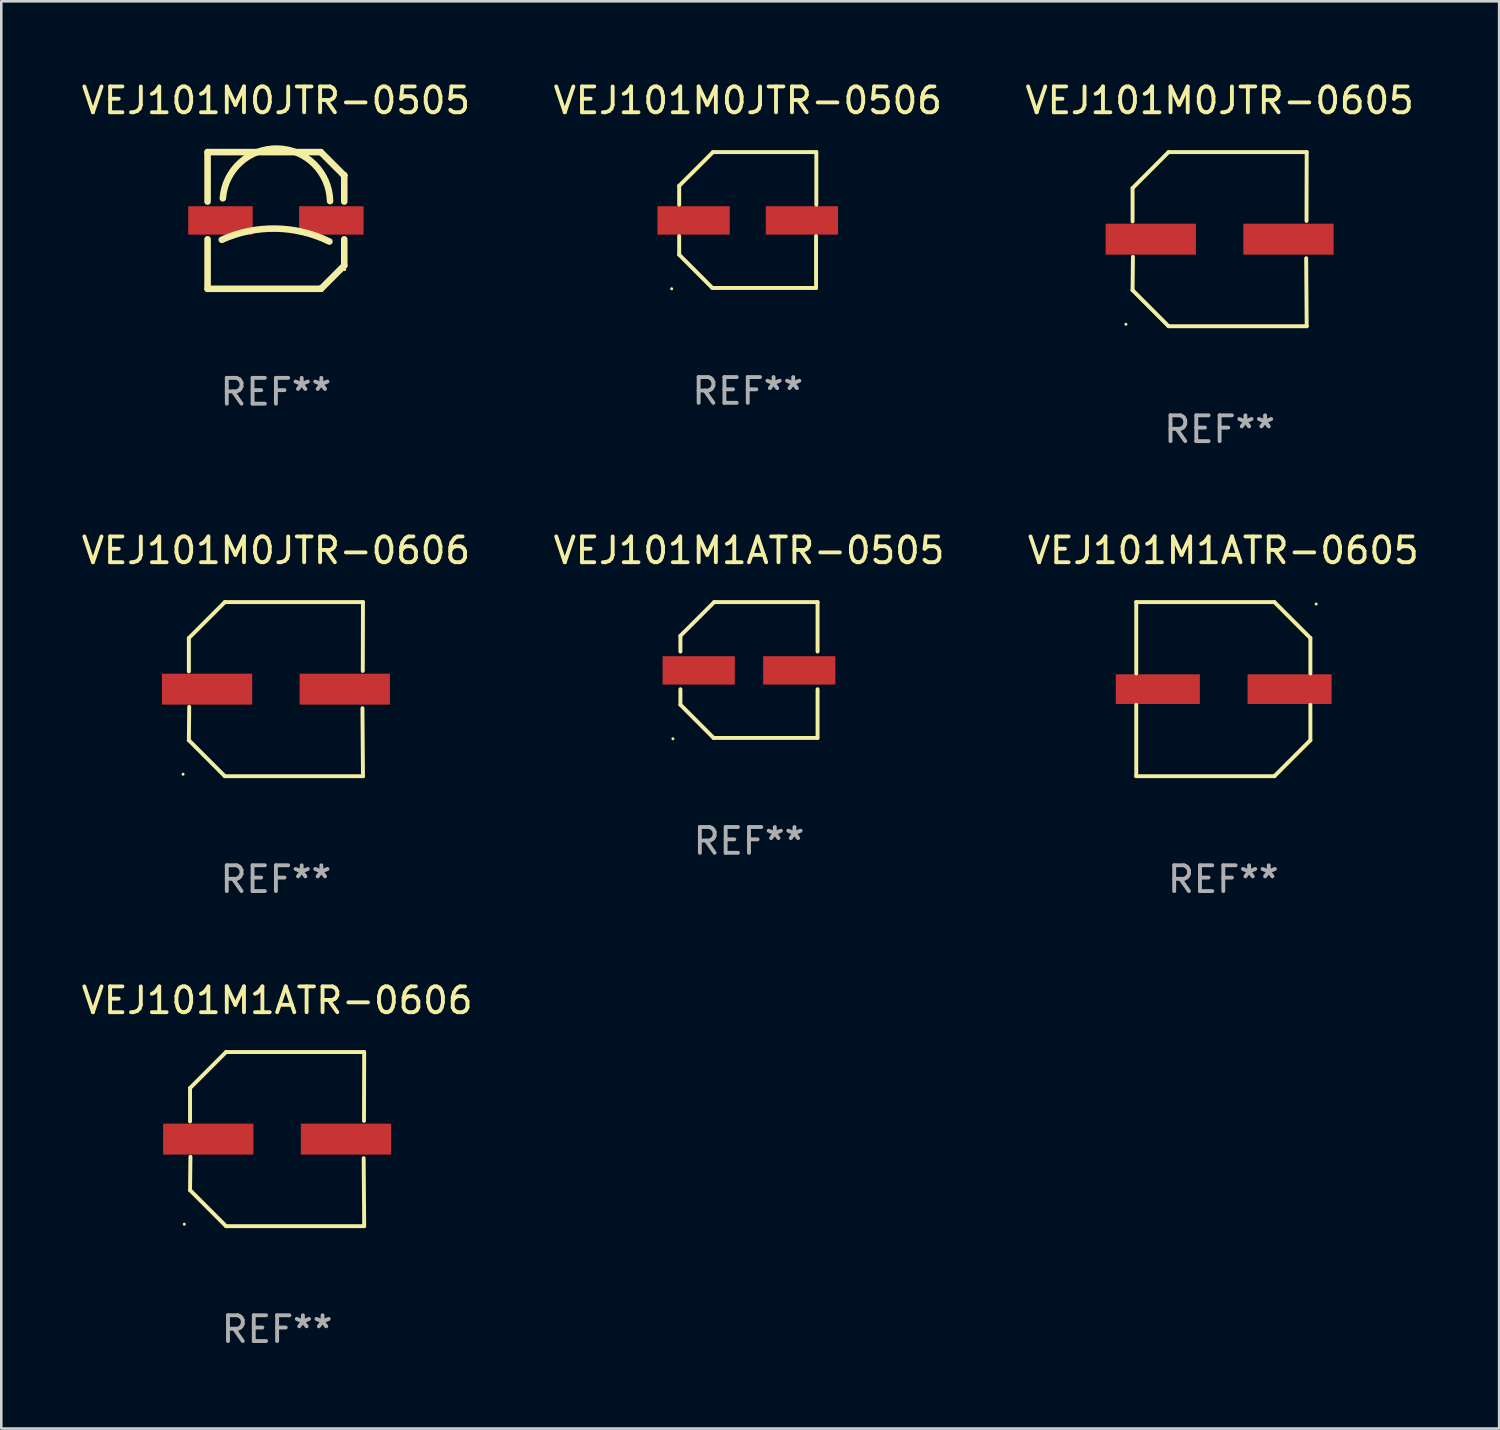
<source format=kicad_pcb>
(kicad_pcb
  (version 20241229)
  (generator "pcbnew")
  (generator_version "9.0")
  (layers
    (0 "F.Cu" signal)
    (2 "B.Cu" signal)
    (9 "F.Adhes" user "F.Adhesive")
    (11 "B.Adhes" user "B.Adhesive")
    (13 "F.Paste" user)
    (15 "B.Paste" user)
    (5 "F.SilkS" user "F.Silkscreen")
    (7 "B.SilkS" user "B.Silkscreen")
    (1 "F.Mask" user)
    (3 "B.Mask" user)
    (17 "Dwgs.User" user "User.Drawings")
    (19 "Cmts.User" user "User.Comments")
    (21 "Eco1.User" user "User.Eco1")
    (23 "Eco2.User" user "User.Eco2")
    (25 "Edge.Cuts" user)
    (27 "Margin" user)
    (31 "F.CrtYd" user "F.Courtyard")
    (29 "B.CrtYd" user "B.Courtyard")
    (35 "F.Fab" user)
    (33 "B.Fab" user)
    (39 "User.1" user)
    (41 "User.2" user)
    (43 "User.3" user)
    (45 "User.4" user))
  (footprint "VEJ101M0JTR-0506"
    (layer "F.Cu")
    (at 25.946 5.482)
    (property "Reference" "VEJ101M0JTR-0506" (at 0 -4.634 0) (layer "F.SilkS") (effects (font (size 1 1) (thickness 0.15))))
    (attr through_hole)
    (fp_line (start -2.659 -1.326) (end -2.659 -0.592) (stroke (width 0.152) (type solid)) (layer "F.SilkS"))
    (fp_line (start -2.659 1.346) (end -2.659 0.622) (stroke (width 0.152) (type solid)) (layer "F.SilkS"))
    (fp_line (start -1.372 2.634) (end -2.659 1.346) (stroke (width 0.152) (type solid)) (layer "F.SilkS"))
    (fp_line (start -1.349 -2.634) (end -2.659 -1.326) (stroke (width 0.152) (type solid)) (layer "F.SilkS"))
    (fp_line (start 2.649 0.622) (end 2.649 2.634) (stroke (width 0.152) (type solid)) (layer "F.SilkS"))
    (fp_line (start 2.649 2.634) (end -1.372 2.634) (stroke (width 0.152) (type solid)) (layer "F.SilkS"))
    (fp_line (start 2.659 -2.634) (end -1.349 -2.634) (stroke (width 0.152) (type solid)) (layer "F.SilkS"))
    (fp_line (start 2.659 -0.592) (end 2.659 -2.634) (stroke (width 0.152) (type solid)) (layer "F.SilkS"))
    (fp_circle (center -2.95 2.665) (end -2.92 2.665) (stroke (width 0.06) (type solid)) (fill no) (layer "F.SilkS"))
    (fp_text user "REF**" (at 0 6.634 0) (layer "F.Fab") (effects (font (size 1 1) (thickness 0.15))))
    (pad "1" smd rect (at -2.1 0.015) (size 2.8 1.1) (layers "F.Cu" "F.Mask" "F.Paste"))
    (pad "2" smd rect (at 2.1 0.015) (size 2.8 1.1) (layers "F.Cu" "F.Mask" "F.Paste")))
  (footprint "VEJ101M1ATR-0606"
    (layer "F.Cu")
    (at 7.696 41.121)
    (property "Reference" "VEJ101M1ATR-0606" (at 0 -5.376 0) (layer "F.SilkS") (effects (font (size 1 1) (thickness 0.15))))
    (attr through_hole)
    (fp_line (start -3.376 -1.98) (end -3.376 -0.686) (stroke (width 0.152) (type solid)) (layer "F.SilkS"))
    (fp_line (start -3.376 1.981) (end -3.362 0.686) (stroke (width 0.152) (type solid)) (layer "F.SilkS"))
    (fp_line (start -1.981 3.376) (end -3.376 1.981) (stroke (width 0.152) (type solid)) (layer "F.SilkS"))
    (fp_line (start -1.98 -3.376) (end -3.376 -1.98) (stroke (width 0.152) (type solid)) (layer "F.SilkS"))
    (fp_line (start 3.356 0.74) (end 3.376 3.376) (stroke (width 0.152) (type solid)) (layer "F.SilkS"))
    (fp_line (start 3.369 -0.707) (end 3.376 -3.376) (stroke (width 0.152) (type solid)) (layer "F.SilkS"))
    (fp_line (start 3.376 3.376) (end -1.981 3.376) (stroke (width 0.152) (type solid)) (layer "F.SilkS"))
    (fp_line (start 3.376 -3.376) (end -1.98 -3.376) (stroke (width 0.152) (type solid)) (layer "F.SilkS"))
    (fp_circle (center -3.6 3.3) (end -3.57 3.3) (stroke (width 0.06) (type solid)) (fill no) (layer "F.SilkS"))
    (fp_text user "REF**" (at 0 7.376 0) (layer "F.Fab") (effects (font (size 1 1) (thickness 0.15))))
    (pad "1" smd rect (at -2.67 0.000381) (size 3.5 1.2) (layers "F.Cu" "F.Mask" "F.Paste"))
    (pad "2" smd rect (at 2.67 0.000381) (size 3.5 1.2) (layers "F.Cu" "F.Mask" "F.Paste")))
  (footprint "VEJ101M0JTR-0605"
    (layer "F.Cu")
    (at 44.244 6.224)
    (property "Reference" "VEJ101M0JTR-0605" (at 0 -5.376 0) (layer "F.SilkS") (effects (font (size 1 1) (thickness 0.15))))
    (attr through_hole)
    (fp_line (start -3.376 -1.98) (end -3.376 -0.686) (stroke (width 0.152) (type solid)) (layer "F.SilkS"))
    (fp_line (start -3.376 1.981) (end -3.362 0.686) (stroke (width 0.152) (type solid)) (layer "F.SilkS"))
    (fp_line (start -1.981 3.376) (end -3.376 1.981) (stroke (width 0.152) (type solid)) (layer "F.SilkS"))
    (fp_line (start -1.98 -3.376) (end -3.376 -1.98) (stroke (width 0.152) (type solid)) (layer "F.SilkS"))
    (fp_line (start 3.356 0.74) (end 3.376 3.376) (stroke (width 0.152) (type solid)) (layer "F.SilkS"))
    (fp_line (start 3.369 -0.707) (end 3.376 -3.376) (stroke (width 0.152) (type solid)) (layer "F.SilkS"))
    (fp_line (start 3.376 3.376) (end -1.981 3.376) (stroke (width 0.152) (type solid)) (layer "F.SilkS"))
    (fp_line (start 3.376 -3.376) (end -1.98 -3.376) (stroke (width 0.152) (type solid)) (layer "F.SilkS"))
    (fp_circle (center -3.634 3.3) (end -3.604 3.3) (stroke (width 0.06) (type solid)) (fill no) (layer "F.SilkS"))
    (fp_text user "REF**" (at 0 7.376 0) (layer "F.Fab") (effects (font (size 1 1) (thickness 0.15))))
    (pad "1" smd rect (at -2.67 0.000254) (size 3.5 1.2) (layers "F.Cu" "F.Mask" "F.Paste"))
    (pad "2" smd rect (at 2.67 0.000254) (size 3.5 1.2) (layers "F.Cu" "F.Mask" "F.Paste")))
  (footprint "VEJ101M1ATR-0605"
    (layer "F.Cu")
    (at 44.387 23.673)
    (property "Reference" "VEJ101M1ATR-0605" (at 0 -5.376 0) (layer "F.SilkS") (effects (font (size 1 1) (thickness 0.15))))
    (attr through_hole)
    (fp_line (start -3.376 -3.376) (end 1.98 -3.376) (stroke (width 0.152) (type solid)) (layer "F.SilkS"))
    (fp_line (start -3.376 -0.607) (end -3.376 -3.376) (stroke (width 0.152) (type solid)) (layer "F.SilkS"))
    (fp_line (start -3.376 0.607) (end -3.376 3.376) (stroke (width 0.152) (type solid)) (layer "F.SilkS"))
    (fp_line (start -3.376 3.376) (end 1.98 3.376) (stroke (width 0.152) (type solid)) (layer "F.SilkS"))
    (fp_line (start 1.98 -3.376) (end 3.376 -1.98) (stroke (width 0.152) (type solid)) (layer "F.SilkS"))
    (fp_line (start 1.98 3.376) (end 3.376 1.98) (stroke (width 0.152) (type solid)) (layer "F.SilkS"))
    (fp_line (start 3.376 -1.98) (end 3.376 -0.607) (stroke (width 0.152) (type solid)) (layer "F.SilkS"))
    (fp_line (start 3.376 1.98) (end 3.376 0.607) (stroke (width 0.152) (type solid)) (layer "F.SilkS"))
    (fp_circle (center 3.6 -3.3) (end 3.63 -3.3) (stroke (width 0.06) (type solid)) (fill no) (layer "F.SilkS"))
    (fp_text user "REF**" (at 0 7.376 0) (layer "F.Fab") (effects (font (size 1 1) (thickness 0.15))))
    (pad "1" smd rect (at 2.57 0 180) (size 3.26 1.15) (layers "F.Cu" "F.Mask" "F.Paste"))
    (pad "2" smd rect (at -2.54 0 180) (size 3.26 1.15) (layers "F.Cu" "F.Mask" "F.Paste")))
  (footprint "VEJ101M0JTR-0505"
    (layer "F.Cu")
    (at 7.649 5.498)
    (property "Reference" "VEJ101M0JTR-0505" (at 0 -4.65 0) (layer "F.SilkS") (effects (font (size 1 1) (thickness 0.15))))
    (attr through_hole)
    (fp_line (start -2.65 -2.65) (end 1.74 -2.65) (stroke (width 0.254) (type solid)) (layer "F.SilkS"))
    (fp_line (start -2.65 -0.731) (end -2.65 -2.65) (stroke (width 0.254) (type solid)) (layer "F.SilkS"))
    (fp_line (start -2.65 2.65) (end -2.65 0.731) (stroke (width 0.254) (type solid)) (layer "F.SilkS"))
    (fp_line (start -2.65 2.65) (end 1.73 2.65) (stroke (width 0.254) (type solid)) (layer "F.SilkS"))
    (fp_line (start 1.73 2.65) (end 1.75 2.65) (stroke (width 0.254) (type solid)) (layer "F.SilkS"))
    (fp_line (start 1.75 2.65) (end 2.65 1.75) (stroke (width 0.254) (type solid)) (layer "F.SilkS"))
    (fp_line (start 2.64 -1.75) (end 1.74 -2.65) (stroke (width 0.254) (type solid)) (layer "F.SilkS"))
    (fp_line (start 2.65 -1.75) (end 2.64 -1.75) (stroke (width 0.254) (type solid)) (layer "F.SilkS"))
    (fp_line (start 2.65 -0.731) (end 2.65 -1.75) (stroke (width 0.254) (type solid)) (layer "F.SilkS"))
    (fp_line (start 2.65 1.75) (end 2.65 0.731) (stroke (width 0.254) (type solid)) (layer "F.SilkS"))
    (fp_arc (start -2.1 0.749886) (mid -0.005214 0.316693) (end 2.074168 0.818644) (stroke (width 0.254001) (type solid)) (layer "F.SilkS"))
    (fp_arc (start -2.058369 -0.857759) (mid 0.072137 -2.78601) (end 2.1 -0.750089) (stroke (width 0.254001) (type solid)) (layer "F.SilkS"))
    (fp_circle (center 2.667 1.905) (end 2.697 1.905) (stroke (width 0.06) (type solid)) (fill no) (layer "F.SilkS"))
    (fp_text user "REF**" (at 0 6.65 0) (layer "F.Fab") (effects (font (size 1 1) (thickness 0.15))))
    (pad "1" smd rect (at 2.15 0) (size 2.5 1.1) (layers "F.Cu" "F.Mask" "F.Paste"))
    (pad "2" smd rect (at -2.15 0) (size 2.5 1.1) (layers "F.Cu" "F.Mask" "F.Paste")))
  (footprint "VEJ101M1ATR-0505"
    (layer "F.Cu")
    (at 25.994 22.931)
    (property "Reference" "VEJ101M1ATR-0505" (at 0 -4.634 0) (layer "F.SilkS") (effects (font (size 1 1) (thickness 0.15))))
    (attr through_hole)
    (fp_line (start -2.659 -1.326) (end -2.659 -0.715) (stroke (width 0.152) (type solid)) (layer "F.SilkS"))
    (fp_line (start -2.659 0.745) (end -2.659 1.346) (stroke (width 0.152) (type solid)) (layer "F.SilkS"))
    (fp_line (start -1.372 2.634) (end -2.659 1.346) (stroke (width 0.152) (type solid)) (layer "F.SilkS"))
    (fp_line (start -1.349 -2.634) (end -2.659 -1.326) (stroke (width 0.152) (type solid)) (layer "F.SilkS"))
    (fp_line (start 2.649 2.634) (end -1.372 2.634) (stroke (width 0.152) (type solid)) (layer "F.SilkS"))
    (fp_line (start 2.659 -2.634) (end -1.349 -2.634) (stroke (width 0.152) (type solid)) (layer "F.SilkS"))
    (fp_line (start 2.659 -2.634) (end 2.659 -0.715) (stroke (width 0.152) (type solid)) (layer "F.SilkS"))
    (fp_line (start 2.659 0.745) (end 2.659 2.634) (stroke (width 0.152) (type solid)) (layer "F.SilkS"))
    (fp_circle (center -2.95 2.665) (end -2.92 2.665) (stroke (width 0.06) (type solid)) (fill no) (layer "F.SilkS"))
    (fp_text user "REF**" (at 0 6.634 0) (layer "F.Fab") (effects (font (size 1 1) (thickness 0.15))))
    (pad "1" smd rect (at -1.95 0.015) (size 2.8 1.1) (layers "F.Cu" "F.Mask" "F.Paste"))
    (pad "2" smd rect (at 1.95 0.015) (size 2.8 1.1) (layers "F.Cu" "F.Mask" "F.Paste")))
  (footprint "VEJ101M0JTR-0606"
    (layer "F.Cu")
    (at 7.649 23.673)
    (property "Reference" "VEJ101M0JTR-0606" (at 0 -5.376 0) (layer "F.SilkS") (effects (font (size 1 1) (thickness 0.15))))
    (attr through_hole)
    (fp_line (start -3.376 -1.98) (end -3.376 -0.686) (stroke (width 0.152) (type solid)) (layer "F.SilkS"))
    (fp_line (start -3.376 1.981) (end -3.362 0.686) (stroke (width 0.152) (type solid)) (layer "F.SilkS"))
    (fp_line (start -1.981 3.376) (end -3.376 1.981) (stroke (width 0.152) (type solid)) (layer "F.SilkS"))
    (fp_line (start -1.98 -3.376) (end -3.376 -1.98) (stroke (width 0.152) (type solid)) (layer "F.SilkS"))
    (fp_line (start 3.356 0.74) (end 3.376 3.376) (stroke (width 0.152) (type solid)) (layer "F.SilkS"))
    (fp_line (start 3.369 -0.707) (end 3.376 -3.376) (stroke (width 0.152) (type solid)) (layer "F.SilkS"))
    (fp_line (start 3.376 3.376) (end -1.981 3.376) (stroke (width 0.152) (type solid)) (layer "F.SilkS"))
    (fp_line (start 3.376 -3.376) (end -1.98 -3.376) (stroke (width 0.152) (type solid)) (layer "F.SilkS"))
    (fp_circle (center -3.6 3.3) (end -3.57 3.3) (stroke (width 0.06) (type solid)) (fill no) (layer "F.SilkS"))
    (fp_text user "REF**" (at 0 7.376 0) (layer "F.Fab") (effects (font (size 1 1) (thickness 0.15))))
    (pad "1" smd rect (at -2.67 0.000381) (size 3.5 1.2) (layers "F.Cu" "F.Mask" "F.Paste"))
    (pad "2" smd rect (at 2.67 0.000381) (size 3.5 1.2) (layers "F.Cu" "F.Mask" "F.Paste")))
  (gr_rect
    (start -3 -3)
    (end 55.083 52.346)
    (stroke (width 0.1) (type default))
    (fill no)
    (layer "Edge.Cuts")))
</source>
